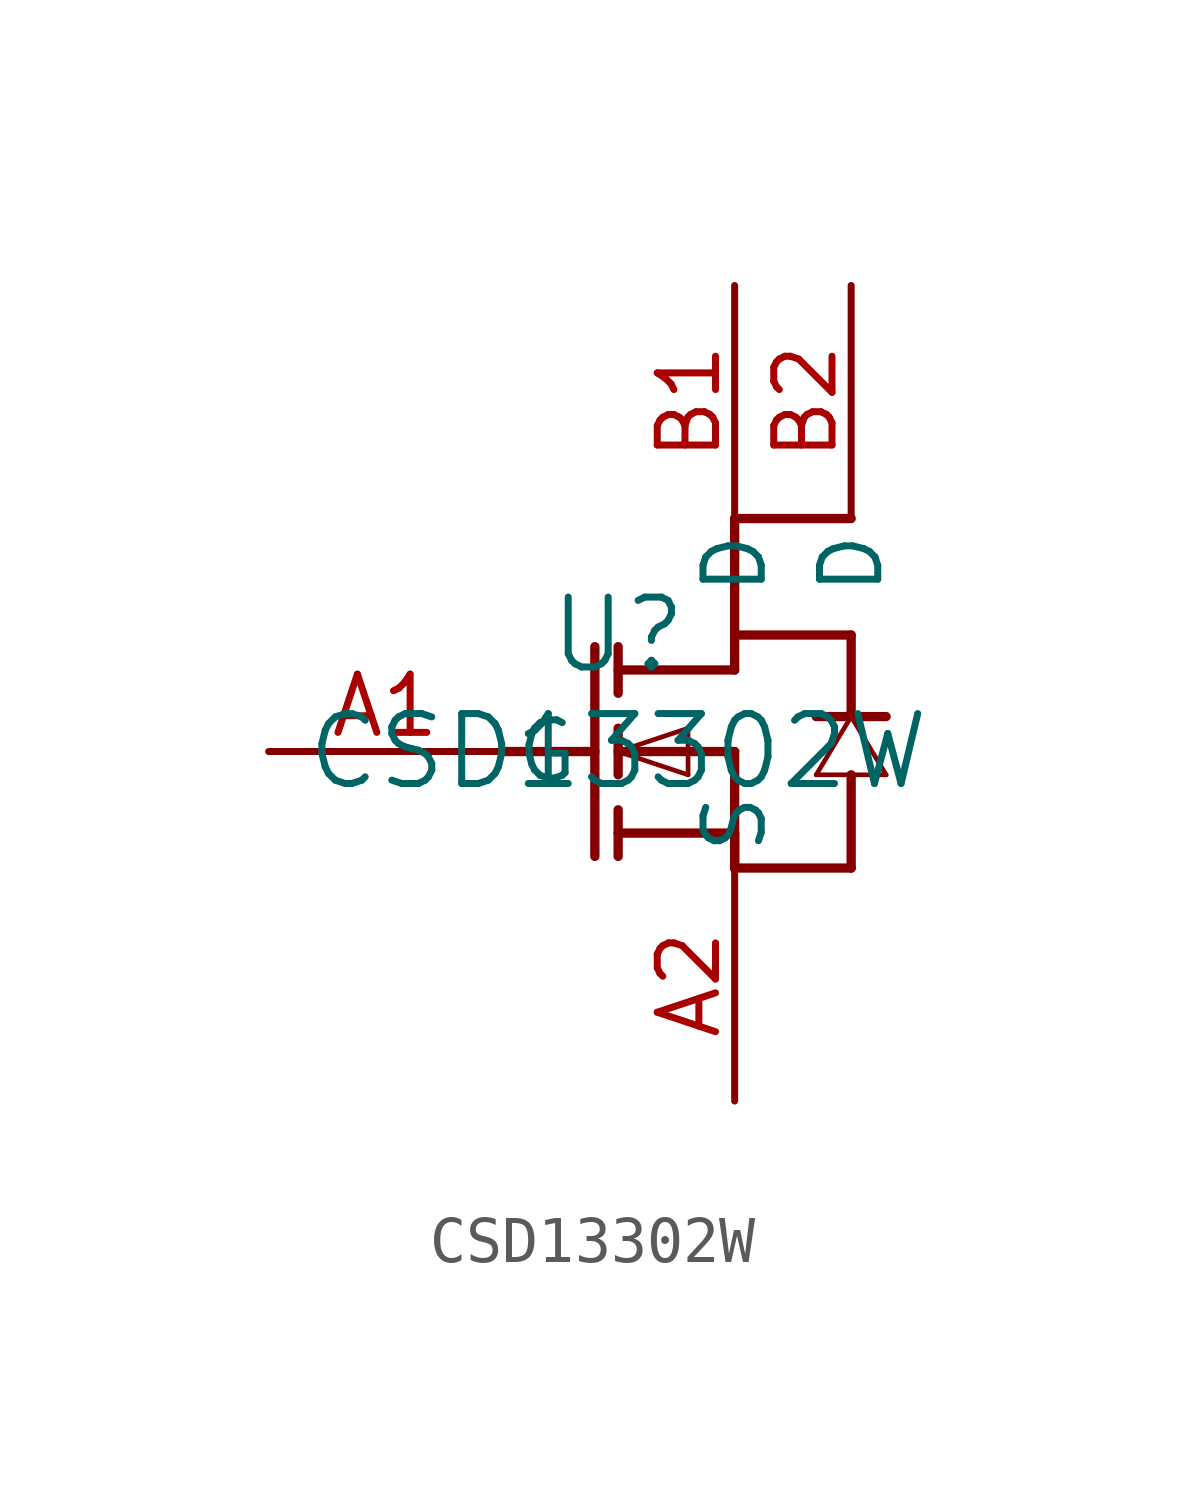
<source format=kicad_sym>
(kicad_symbol_lib
  (version 20231120)
  (generator "kicad_symbol_editor")
  (generator_version "8.0")
  (symbol "CSD13302W"
    (pin_names
      (offset 0.254))
    (property "Reference" "U"
      (at 0 2.54 0)
      (effects (font (size 1.524 1.524))))
    (property "Value" "CSD13302W"
      (at 0 0 0)
      (effects (font (size 1.524 1.524))))
    (property "ki_locked" ""
      (at 0 0 0)
      (effects (font (size 1.27 1.27))))
    (symbol "CSD13302W_0_1"
      (polyline (pts (xy -2.54 0) (xy -0.508 0)) (stroke (width 0.203) (type default)) (fill (type none)))
      (polyline (pts (xy -0.508 2.286) (xy -0.508 -2.286)) (stroke (width 0.203) (type default)) (fill (type none)))
      (polyline (pts (xy 0 -2.286) (xy 0 -1.27)) (stroke (width 0.203) (type default)) (fill (type none)))
      (polyline (pts (xy 0 -0.508) (xy 0 0.508)) (stroke (width 0.203) (type default)) (fill (type none)))
      (polyline (pts (xy 0 0) (xy 1.524 -0.508)) (stroke (width 0.102) (type default)) (fill (type none)))
      (polyline (pts (xy 0 2.286) (xy 0 1.27)) (stroke (width 0.203) (type default)) (fill (type none)))
      (polyline (pts (xy 1.524 -0.508) (xy 1.524 0.508)) (stroke (width 0.102) (type default)) (fill (type none)))
      (polyline (pts (xy 1.524 0.508) (xy 0 0)) (stroke (width 0.102) (type default)) (fill (type none)))
      (polyline (pts (xy 2.54 -2.54) (xy 2.54 0)) (stroke (width 0.203) (type default)) (fill (type none)))
      (polyline (pts (xy 2.54 -2.54) (xy 5.08 -2.54)) (stroke (width 0.203) (type default)) (fill (type none)))
      (polyline (pts (xy 2.54 -1.778) (xy 0 -1.778)) (stroke (width 0.203) (type default)) (fill (type none)))
      (polyline (pts (xy 2.54 -1.778) (xy 2.54 -2.54)) (stroke (width 0.203) (type default)) (fill (type none)))
      (polyline (pts (xy 2.54 0) (xy 0 0)) (stroke (width 0.203) (type default)) (fill (type none)))
      (polyline (pts (xy 2.54 1.778) (xy 0 1.778)) (stroke (width 0.203) (type default)) (fill (type none)))
      (polyline (pts (xy 2.54 1.778) (xy 2.54 2.54)) (stroke (width 0.203) (type default)) (fill (type none)))
      (polyline (pts (xy 2.54 2.54) (xy 2.54 5.08)) (stroke (width 0.203) (type default)) (fill (type none)))
      (polyline (pts (xy 2.54 2.54) (xy 5.08 2.54)) (stroke (width 0.203) (type default)) (fill (type none)))
      (polyline (pts (xy 2.54 5.08) (xy 5.08 5.08)) (stroke (width 0.203) (type default)) (fill (type none)))
      (polyline (pts (xy 4.318 -0.508) (xy 5.842 -0.508)) (stroke (width 0.102) (type default)) (fill (type none)))
      (polyline (pts (xy 4.318 0.762) (xy 5.842 0.762)) (stroke (width 0.203) (type default)) (fill (type none)))
      (polyline (pts (xy 5.08 -2.54) (xy 5.08 -0.508)) (stroke (width 0.203) (type default)) (fill (type none)))
      (polyline (pts (xy 5.08 0.762) (xy 4.318 -0.508)) (stroke (width 0.102) (type default)) (fill (type none)))
      (polyline (pts (xy 5.08 2.54) (xy 5.08 0.762)) (stroke (width 0.203) (type default)) (fill (type none)))
      (polyline (pts (xy 5.842 -0.508) (xy 5.08 0.762)) (stroke (width 0.102) (type default)) (fill (type none)))
      (pin unspecified line (at -7.62 0 0) (length 5.08) (name "G" (effects (font (size 1.27 1.27)))) (number "A1" (effects (font (size 1.27 1.27)))))
      (pin unspecified line (at 2.54 -7.62 90) (length 5.08) (name "S" (effects (font (size 1.27 1.27)))) (number "A2" (effects (font (size 1.27 1.27)))))
      (pin unspecified line (at 2.54 10.16 270) (length 5.08) (name "D" (effects (font (size 1.27 1.27)))) (number "B1" (effects (font (size 1.27 1.27)))))
      (pin unspecified line (at 5.08 10.16 270) (length 5.08) (name "D" (effects (font (size 1.27 1.27)))) (number "B2" (effects (font (size 1.27 1.27))))))))
</source>
